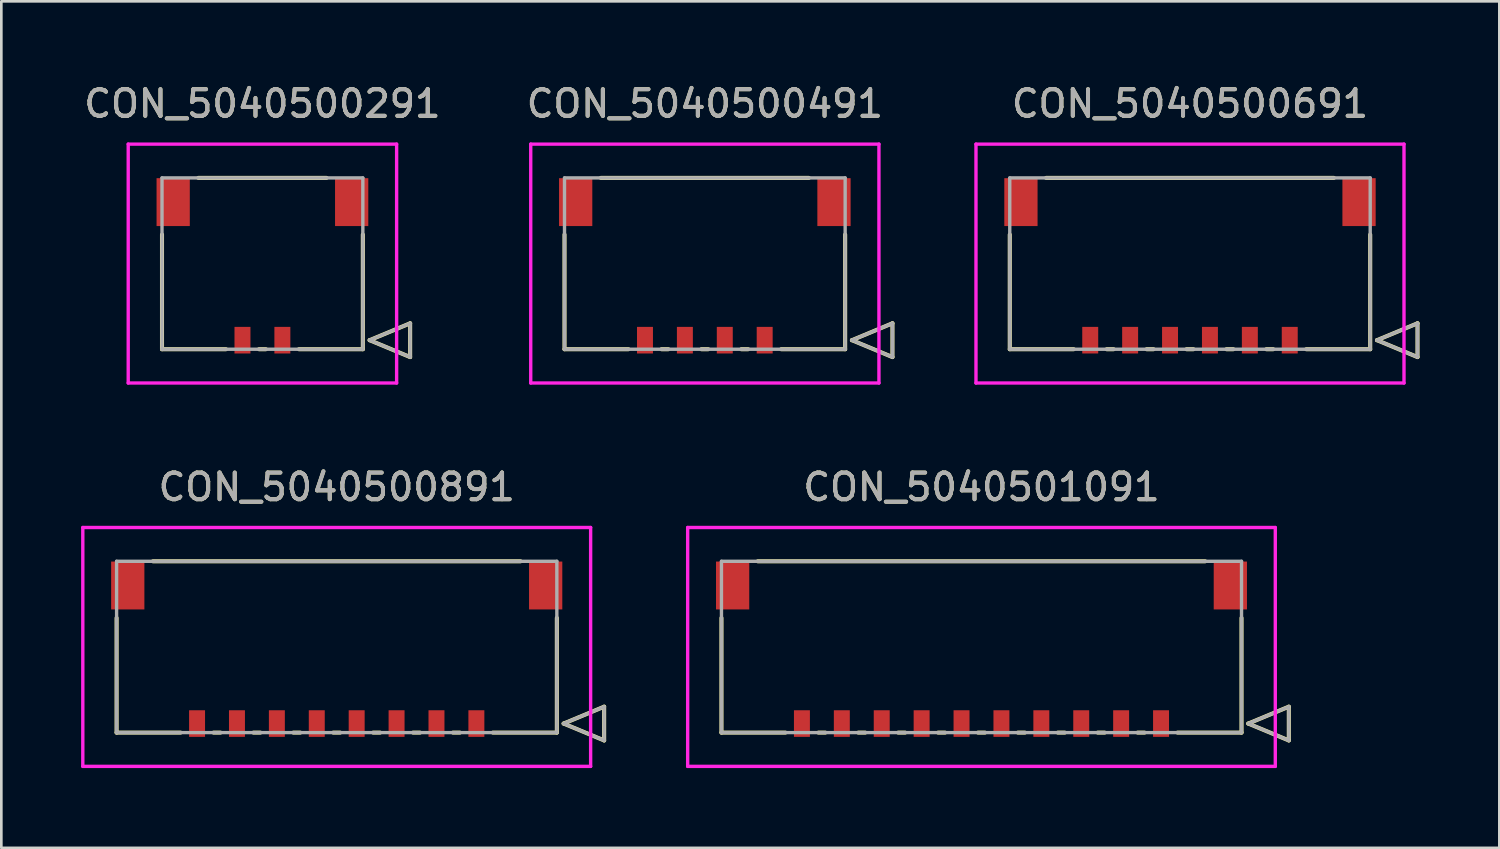
<source format=kicad_pcb>
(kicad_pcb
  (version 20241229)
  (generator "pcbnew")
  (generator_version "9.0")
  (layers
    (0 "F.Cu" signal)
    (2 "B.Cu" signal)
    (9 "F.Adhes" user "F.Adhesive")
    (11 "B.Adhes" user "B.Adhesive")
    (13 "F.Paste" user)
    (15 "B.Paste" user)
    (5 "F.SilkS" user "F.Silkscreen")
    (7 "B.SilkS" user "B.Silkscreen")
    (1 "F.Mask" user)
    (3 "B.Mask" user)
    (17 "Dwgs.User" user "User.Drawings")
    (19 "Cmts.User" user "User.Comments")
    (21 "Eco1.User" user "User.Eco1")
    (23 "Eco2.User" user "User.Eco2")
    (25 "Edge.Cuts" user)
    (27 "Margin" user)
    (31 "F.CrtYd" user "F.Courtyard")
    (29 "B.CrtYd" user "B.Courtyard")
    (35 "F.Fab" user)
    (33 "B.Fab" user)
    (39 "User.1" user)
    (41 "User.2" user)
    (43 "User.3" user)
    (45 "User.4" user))
  (footprint "CON_5040500491"
    (layer "F.Cu")
    (at 25.696 9.738)
    (property "Reference" "CON_5040500491" (at -2.25 -8.89 0) (unlocked yes) (layer "F.SilkS") (effects (font (size 1 1) (thickness 0.15))))
    (attr smd)
    (fp_line (start -7.525 -3.97) (end -7.525 0.34) (stroke (width 0.152) (type solid)) (layer "F.SilkS"))
    (fp_line (start -7.525 0.34) (end -5.12 0.34) (stroke (width 0.152) (type solid)) (layer "F.SilkS"))
    (fp_line (start -3.88 0.34) (end -3.62 0.34) (stroke (width 0.152) (type solid)) (layer "F.SilkS"))
    (fp_line (start -2.38 0.34) (end -2.12 0.34) (stroke (width 0.152) (type solid)) (layer "F.SilkS"))
    (fp_line (start -0.88 0.34) (end -0.62 0.34) (stroke (width 0.152) (type solid)) (layer "F.SilkS"))
    (fp_line (start 0.62 0.34) (end 3.025 0.34) (stroke (width 0.152) (type solid)) (layer "F.SilkS"))
    (fp_line (start 1.66 -6.1) (end -6.16 -6.1) (stroke (width 0.152) (type solid)) (layer "F.SilkS"))
    (fp_line (start 3.025 0.34) (end 3.025 -3.97) (stroke (width 0.152) (type solid)) (layer "F.SilkS"))
    (fp_line (start 3.279 0) (end 4.803 -0.635) (stroke (width 0.152) (type solid)) (layer "F.SilkS"))
    (fp_line (start 4.803 -0.635) (end 4.803 0.635) (stroke (width 0.152) (type solid)) (layer "F.SilkS"))
    (fp_line (start 4.803 0.635) (end 3.279 0) (stroke (width 0.152) (type solid)) (layer "F.SilkS"))
    (fp_line (start -8.795 -7.37) (end -8.795 1.61) (stroke (width 0.127) (type solid)) (layer "F.CrtYd"))
    (fp_line (start -8.795 1.61) (end 4.295 1.61) (stroke (width 0.127) (type solid)) (layer "F.CrtYd"))
    (fp_line (start 4.295 -7.37) (end -8.795 -7.37) (stroke (width 0.127) (type solid)) (layer "F.CrtYd"))
    (fp_line (start 4.295 1.61) (end 4.295 -7.37) (stroke (width 0.127) (type solid)) (layer "F.CrtYd"))
    (fp_line (start -7.525 -6.1) (end -7.525 0.34) (stroke (width 0.127) (type solid)) (layer "F.Fab"))
    (fp_line (start -7.525 0.34) (end 3.025 0.34) (stroke (width 0.127) (type solid)) (layer "F.Fab"))
    (fp_line (start 3.025 -6.1) (end -7.525 -6.1) (stroke (width 0.127) (type solid)) (layer "F.Fab"))
    (fp_line (start 3.025 0.34) (end 3.025 -6.1) (stroke (width 0.127) (type solid)) (layer "F.Fab"))
    (fp_line (start 3.279 0) (end 4.803 -0.635) (stroke (width 0.127) (type solid)) (layer "F.Fab"))
    (fp_line (start 4.803 -0.635) (end 4.803 0.635) (stroke (width 0.127) (type solid)) (layer "F.Fab"))
    (fp_line (start 4.803 0.635) (end 3.279 0) (stroke (width 0.127) (type solid)) (layer "F.Fab"))
    (fp_text user "${REFERENCE}" (at -2.25 -8.89 0) (unlocked yes) (layer "F.Fab") (effects (font (size 1 1) (thickness 0.15))))
    (pad "1" smd rect (at 0 0) (size 0.6 1) (layers "F.Cu" "F.Mask" "F.Paste"))
    (pad "2" smd rect (at -1.5 0) (size 0.6 1) (layers "F.Cu" "F.Mask" "F.Paste"))
    (pad "3" smd rect (at -3 0) (size 0.6 1) (layers "F.Cu" "F.Mask" "F.Paste"))
    (pad "4" smd rect (at -4.5 0) (size 0.6 1) (layers "F.Cu" "F.Mask" "F.Paste"))
    (pad "5" smd rect (at 2.605 -5.19) (size 1.25 1.8) (layers "F.Cu" "F.Mask" "F.Paste"))
    (pad "6" smd rect (at -7.105 -5.19) (size 1.25 1.8) (layers "F.Cu" "F.Mask" "F.Paste")))
  (footprint "CON_5040500891"
    (layer "F.Cu")
    (at 14.858 24.15)
    (property "Reference" "CON_5040500891" (at -5.25 -8.89 0) (unlocked yes) (layer "F.SilkS") (effects (font (size 1 1) (thickness 0.15))))
    (attr smd)
    (fp_line (start -13.525 -3.97) (end -13.525 0.34) (stroke (width 0.152) (type solid)) (layer "F.SilkS"))
    (fp_line (start -13.525 0.34) (end -11.12 0.34) (stroke (width 0.152) (type solid)) (layer "F.SilkS"))
    (fp_line (start -9.88 0.34) (end -9.62 0.34) (stroke (width 0.152) (type solid)) (layer "F.SilkS"))
    (fp_line (start -8.38 0.34) (end -8.12 0.34) (stroke (width 0.152) (type solid)) (layer "F.SilkS"))
    (fp_line (start -6.88 0.34) (end -6.62 0.34) (stroke (width 0.152) (type solid)) (layer "F.SilkS"))
    (fp_line (start -5.38 0.34) (end -5.12 0.34) (stroke (width 0.152) (type solid)) (layer "F.SilkS"))
    (fp_line (start -3.88 0.34) (end -3.62 0.34) (stroke (width 0.152) (type solid)) (layer "F.SilkS"))
    (fp_line (start -2.38 0.34) (end -2.12 0.34) (stroke (width 0.152) (type solid)) (layer "F.SilkS"))
    (fp_line (start -0.88 0.34) (end -0.62 0.34) (stroke (width 0.152) (type solid)) (layer "F.SilkS"))
    (fp_line (start 0.62 0.34) (end 3.025 0.34) (stroke (width 0.152) (type solid)) (layer "F.SilkS"))
    (fp_line (start 1.66 -6.1) (end -12.16 -6.1) (stroke (width 0.152) (type solid)) (layer "F.SilkS"))
    (fp_line (start 3.025 0.34) (end 3.025 -3.97) (stroke (width 0.152) (type solid)) (layer "F.SilkS"))
    (fp_line (start 3.279 0) (end 4.803 -0.635) (stroke (width 0.152) (type solid)) (layer "F.SilkS"))
    (fp_line (start 4.803 -0.635) (end 4.803 0.635) (stroke (width 0.152) (type solid)) (layer "F.SilkS"))
    (fp_line (start 4.803 0.635) (end 3.279 0) (stroke (width 0.152) (type solid)) (layer "F.SilkS"))
    (fp_line (start -14.795 -7.37) (end -14.795 1.61) (stroke (width 0.127) (type solid)) (layer "F.CrtYd"))
    (fp_line (start -14.795 1.61) (end 4.295 1.61) (stroke (width 0.127) (type solid)) (layer "F.CrtYd"))
    (fp_line (start 4.295 -7.37) (end -14.795 -7.37) (stroke (width 0.127) (type solid)) (layer "F.CrtYd"))
    (fp_line (start 4.295 1.61) (end 4.295 -7.37) (stroke (width 0.127) (type solid)) (layer "F.CrtYd"))
    (fp_line (start -13.525 -6.1) (end -13.525 0.34) (stroke (width 0.127) (type solid)) (layer "F.Fab"))
    (fp_line (start -13.525 0.34) (end 3.025 0.34) (stroke (width 0.127) (type solid)) (layer "F.Fab"))
    (fp_line (start 3.025 -6.1) (end -13.525 -6.1) (stroke (width 0.127) (type solid)) (layer "F.Fab"))
    (fp_line (start 3.025 0.34) (end 3.025 -6.1) (stroke (width 0.127) (type solid)) (layer "F.Fab"))
    (fp_line (start 3.279 0) (end 4.803 -0.635) (stroke (width 0.127) (type solid)) (layer "F.Fab"))
    (fp_line (start 4.803 -0.635) (end 4.803 0.635) (stroke (width 0.127) (type solid)) (layer "F.Fab"))
    (fp_line (start 4.803 0.635) (end 3.279 0) (stroke (width 0.127) (type solid)) (layer "F.Fab"))
    (fp_text user "${REFERENCE}" (at -5.25 -8.89 0) (unlocked yes) (layer "F.Fab") (effects (font (size 1 1) (thickness 0.15))))
    (pad "1" smd rect (at 0 0) (size 0.6 1) (layers "F.Cu" "F.Mask" "F.Paste"))
    (pad "2" smd rect (at -1.5 0) (size 0.6 1) (layers "F.Cu" "F.Mask" "F.Paste"))
    (pad "3" smd rect (at -3 0) (size 0.6 1) (layers "F.Cu" "F.Mask" "F.Paste"))
    (pad "4" smd rect (at -4.5 0) (size 0.6 1) (layers "F.Cu" "F.Mask" "F.Paste"))
    (pad "5" smd rect (at -6 0) (size 0.6 1) (layers "F.Cu" "F.Mask" "F.Paste"))
    (pad "6" smd rect (at -7.5 0) (size 0.6 1) (layers "F.Cu" "F.Mask" "F.Paste"))
    (pad "7" smd rect (at -9 0) (size 0.6 1) (layers "F.Cu" "F.Mask" "F.Paste"))
    (pad "8" smd rect (at -10.5 0) (size 0.6 1) (layers "F.Cu" "F.Mask" "F.Paste"))
    (pad "9" smd rect (at 2.605 -5.19) (size 1.25 1.8) (layers "F.Cu" "F.Mask" "F.Paste"))
    (pad "10" smd rect (at -13.105 -5.19) (size 1.25 1.8) (layers "F.Cu" "F.Mask" "F.Paste")))
  (footprint "CON_5040500291"
    (layer "F.Cu")
    (at 7.565 9.738)
    (property "Reference" "CON_5040500291" (at -0.75 -8.89 0) (unlocked yes) (layer "F.SilkS") (effects (font (size 1 1) (thickness 0.15))))
    (attr smd)
    (fp_line (start -4.525 -3.97) (end -4.525 0.34) (stroke (width 0.152) (type solid)) (layer "F.SilkS"))
    (fp_line (start -4.525 0.34) (end -2.12 0.34) (stroke (width 0.152) (type solid)) (layer "F.SilkS"))
    (fp_line (start -0.88 0.34) (end -0.62 0.34) (stroke (width 0.152) (type solid)) (layer "F.SilkS"))
    (fp_line (start 0.62 0.34) (end 3.025 0.34) (stroke (width 0.152) (type solid)) (layer "F.SilkS"))
    (fp_line (start 1.66 -6.1) (end -3.16 -6.1) (stroke (width 0.152) (type solid)) (layer "F.SilkS"))
    (fp_line (start 3.025 0.34) (end 3.025 -3.97) (stroke (width 0.152) (type solid)) (layer "F.SilkS"))
    (fp_line (start 3.279 0) (end 4.803 -0.635) (stroke (width 0.152) (type solid)) (layer "F.SilkS"))
    (fp_line (start 4.803 -0.635) (end 4.803 0.635) (stroke (width 0.152) (type solid)) (layer "F.SilkS"))
    (fp_line (start 4.803 0.635) (end 3.279 0) (stroke (width 0.152) (type solid)) (layer "F.SilkS"))
    (fp_line (start -5.795 -7.37) (end -5.795 1.61) (stroke (width 0.127) (type solid)) (layer "F.CrtYd"))
    (fp_line (start -5.795 1.61) (end 4.295 1.61) (stroke (width 0.127) (type solid)) (layer "F.CrtYd"))
    (fp_line (start 4.295 -7.37) (end -5.795 -7.37) (stroke (width 0.127) (type solid)) (layer "F.CrtYd"))
    (fp_line (start 4.295 1.61) (end 4.295 -7.37) (stroke (width 0.127) (type solid)) (layer "F.CrtYd"))
    (fp_line (start -4.525 -6.1) (end -4.525 0.34) (stroke (width 0.127) (type solid)) (layer "F.Fab"))
    (fp_line (start -4.525 0.34) (end 3.025 0.34) (stroke (width 0.127) (type solid)) (layer "F.Fab"))
    (fp_line (start 3.025 -6.1) (end -4.525 -6.1) (stroke (width 0.127) (type solid)) (layer "F.Fab"))
    (fp_line (start 3.025 0.34) (end 3.025 -6.1) (stroke (width 0.127) (type solid)) (layer "F.Fab"))
    (fp_line (start 3.279 0) (end 4.803 -0.635) (stroke (width 0.127) (type solid)) (layer "F.Fab"))
    (fp_line (start 4.803 -0.635) (end 4.803 0.635) (stroke (width 0.127) (type solid)) (layer "F.Fab"))
    (fp_line (start 4.803 0.635) (end 3.279 0) (stroke (width 0.127) (type solid)) (layer "F.Fab"))
    (fp_text user "${REFERENCE}" (at -0.75 -8.89 0) (unlocked yes) (layer "F.Fab") (effects (font (size 1 1) (thickness 0.15))))
    (pad "1" smd rect (at 0 0) (size 0.6 1) (layers "F.Cu" "F.Mask" "F.Paste"))
    (pad "2" smd rect (at -1.5 0) (size 0.6 1) (layers "F.Cu" "F.Mask" "F.Paste"))
    (pad "3" smd rect (at 2.605 -5.19) (size 1.25 1.8) (layers "F.Cu" "F.Mask" "F.Paste"))
    (pad "4" smd rect (at -4.105 -5.19) (size 1.25 1.8) (layers "F.Cu" "F.Mask" "F.Paste")))
  (footprint "CON_5040501091"
    (layer "F.Cu")
    (at 40.596 24.15)
    (property "Reference" "CON_5040501091" (at -6.75 -8.89 0) (unlocked yes) (layer "F.SilkS") (effects (font (size 1 1) (thickness 0.15))))
    (attr smd)
    (fp_line (start -16.525 -3.97) (end -16.525 0.34) (stroke (width 0.152) (type solid)) (layer "F.SilkS"))
    (fp_line (start -16.525 0.34) (end -14.12 0.34) (stroke (width 0.152) (type solid)) (layer "F.SilkS"))
    (fp_line (start -12.88 0.34) (end -12.62 0.34) (stroke (width 0.152) (type solid)) (layer "F.SilkS"))
    (fp_line (start -11.38 0.34) (end -11.12 0.34) (stroke (width 0.152) (type solid)) (layer "F.SilkS"))
    (fp_line (start -9.88 0.34) (end -9.62 0.34) (stroke (width 0.152) (type solid)) (layer "F.SilkS"))
    (fp_line (start -8.38 0.34) (end -8.12 0.34) (stroke (width 0.152) (type solid)) (layer "F.SilkS"))
    (fp_line (start -6.88 0.34) (end -6.62 0.34) (stroke (width 0.152) (type solid)) (layer "F.SilkS"))
    (fp_line (start -5.38 0.34) (end -5.12 0.34) (stroke (width 0.152) (type solid)) (layer "F.SilkS"))
    (fp_line (start -3.88 0.34) (end -3.62 0.34) (stroke (width 0.152) (type solid)) (layer "F.SilkS"))
    (fp_line (start -2.38 0.34) (end -2.12 0.34) (stroke (width 0.152) (type solid)) (layer "F.SilkS"))
    (fp_line (start -0.88 0.34) (end -0.62 0.34) (stroke (width 0.152) (type solid)) (layer "F.SilkS"))
    (fp_line (start 0.62 0.34) (end 3.025 0.34) (stroke (width 0.152) (type solid)) (layer "F.SilkS"))
    (fp_line (start 1.66 -6.1) (end -15.16 -6.1) (stroke (width 0.152) (type solid)) (layer "F.SilkS"))
    (fp_line (start 3.025 0.34) (end 3.025 -3.97) (stroke (width 0.152) (type solid)) (layer "F.SilkS"))
    (fp_line (start 3.279 0) (end 4.803 -0.635) (stroke (width 0.152) (type solid)) (layer "F.SilkS"))
    (fp_line (start 4.803 -0.635) (end 4.803 0.635) (stroke (width 0.152) (type solid)) (layer "F.SilkS"))
    (fp_line (start 4.803 0.635) (end 3.279 0) (stroke (width 0.152) (type solid)) (layer "F.SilkS"))
    (fp_line (start -17.795 -7.37) (end -17.795 1.61) (stroke (width 0.127) (type solid)) (layer "F.CrtYd"))
    (fp_line (start -17.795 1.61) (end 4.295 1.61) (stroke (width 0.127) (type solid)) (layer "F.CrtYd"))
    (fp_line (start 4.295 -7.37) (end -17.795 -7.37) (stroke (width 0.127) (type solid)) (layer "F.CrtYd"))
    (fp_line (start 4.295 1.61) (end 4.295 -7.37) (stroke (width 0.127) (type solid)) (layer "F.CrtYd"))
    (fp_line (start -16.525 -6.1) (end -16.525 0.34) (stroke (width 0.127) (type solid)) (layer "F.Fab"))
    (fp_line (start -16.525 0.34) (end 3.025 0.34) (stroke (width 0.127) (type solid)) (layer "F.Fab"))
    (fp_line (start 3.025 -6.1) (end -16.525 -6.1) (stroke (width 0.127) (type solid)) (layer "F.Fab"))
    (fp_line (start 3.025 0.34) (end 3.025 -6.1) (stroke (width 0.127) (type solid)) (layer "F.Fab"))
    (fp_line (start 3.279 0) (end 4.803 -0.635) (stroke (width 0.127) (type solid)) (layer "F.Fab"))
    (fp_line (start 4.803 -0.635) (end 4.803 0.635) (stroke (width 0.127) (type solid)) (layer "F.Fab"))
    (fp_line (start 4.803 0.635) (end 3.279 0) (stroke (width 0.127) (type solid)) (layer "F.Fab"))
    (fp_text user "${REFERENCE}" (at -6.75 -8.89 0) (unlocked yes) (layer "F.Fab") (effects (font (size 1 1) (thickness 0.15))))
    (pad "1" smd rect (at 0 0) (size 0.6 1) (layers "F.Cu" "F.Mask" "F.Paste"))
    (pad "2" smd rect (at -1.5 0) (size 0.6 1) (layers "F.Cu" "F.Mask" "F.Paste"))
    (pad "3" smd rect (at -3 0) (size 0.6 1) (layers "F.Cu" "F.Mask" "F.Paste"))
    (pad "4" smd rect (at -4.5 0) (size 0.6 1) (layers "F.Cu" "F.Mask" "F.Paste"))
    (pad "5" smd rect (at -6 0) (size 0.6 1) (layers "F.Cu" "F.Mask" "F.Paste"))
    (pad "6" smd rect (at -7.5 0) (size 0.6 1) (layers "F.Cu" "F.Mask" "F.Paste"))
    (pad "7" smd rect (at -9 0) (size 0.6 1) (layers "F.Cu" "F.Mask" "F.Paste"))
    (pad "8" smd rect (at -10.5 0) (size 0.6 1) (layers "F.Cu" "F.Mask" "F.Paste"))
    (pad "9" smd rect (at -12 0) (size 0.6 1) (layers "F.Cu" "F.Mask" "F.Paste"))
    (pad "10" smd rect (at -13.5 0) (size 0.6 1) (layers "F.Cu" "F.Mask" "F.Paste"))
    (pad "11" smd rect (at 2.605 -5.19) (size 1.25 1.8) (layers "F.Cu" "F.Mask" "F.Paste"))
    (pad "12" smd rect (at -16.105 -5.19) (size 1.25 1.8) (layers "F.Cu" "F.Mask" "F.Paste")))
  (footprint "CON_5040500691"
    (layer "F.Cu")
    (at 45.434 9.738)
    (property "Reference" "CON_5040500691" (at -3.75 -8.89 0) (unlocked yes) (layer "F.SilkS") (effects (font (size 1 1) (thickness 0.15))))
    (attr smd)
    (fp_line (start -10.525 -3.97) (end -10.525 0.34) (stroke (width 0.152) (type solid)) (layer "F.SilkS"))
    (fp_line (start -10.525 0.34) (end -8.12 0.34) (stroke (width 0.152) (type solid)) (layer "F.SilkS"))
    (fp_line (start -6.88 0.34) (end -6.62 0.34) (stroke (width 0.152) (type solid)) (layer "F.SilkS"))
    (fp_line (start -5.38 0.34) (end -5.12 0.34) (stroke (width 0.152) (type solid)) (layer "F.SilkS"))
    (fp_line (start -3.88 0.34) (end -3.62 0.34) (stroke (width 0.152) (type solid)) (layer "F.SilkS"))
    (fp_line (start -2.38 0.34) (end -2.12 0.34) (stroke (width 0.152) (type solid)) (layer "F.SilkS"))
    (fp_line (start -0.88 0.34) (end -0.62 0.34) (stroke (width 0.152) (type solid)) (layer "F.SilkS"))
    (fp_line (start 0.62 0.34) (end 3.025 0.34) (stroke (width 0.152) (type solid)) (layer "F.SilkS"))
    (fp_line (start 1.66 -6.1) (end -9.16 -6.1) (stroke (width 0.152) (type solid)) (layer "F.SilkS"))
    (fp_line (start 3.025 0.34) (end 3.025 -3.97) (stroke (width 0.152) (type solid)) (layer "F.SilkS"))
    (fp_line (start 3.279 0) (end 4.803 -0.635) (stroke (width 0.152) (type solid)) (layer "F.SilkS"))
    (fp_line (start 4.803 -0.635) (end 4.803 0.635) (stroke (width 0.152) (type solid)) (layer "F.SilkS"))
    (fp_line (start 4.803 0.635) (end 3.279 0) (stroke (width 0.152) (type solid)) (layer "F.SilkS"))
    (fp_line (start -11.795 -7.37) (end -11.795 1.61) (stroke (width 0.127) (type solid)) (layer "F.CrtYd"))
    (fp_line (start -11.795 1.61) (end 4.295 1.61) (stroke (width 0.127) (type solid)) (layer "F.CrtYd"))
    (fp_line (start 4.295 -7.37) (end -11.795 -7.37) (stroke (width 0.127) (type solid)) (layer "F.CrtYd"))
    (fp_line (start 4.295 1.61) (end 4.295 -7.37) (stroke (width 0.127) (type solid)) (layer "F.CrtYd"))
    (fp_line (start -10.525 -6.1) (end -10.525 0.34) (stroke (width 0.127) (type solid)) (layer "F.Fab"))
    (fp_line (start -10.525 0.34) (end 3.025 0.34) (stroke (width 0.127) (type solid)) (layer "F.Fab"))
    (fp_line (start 3.025 -6.1) (end -10.525 -6.1) (stroke (width 0.127) (type solid)) (layer "F.Fab"))
    (fp_line (start 3.025 0.34) (end 3.025 -6.1) (stroke (width 0.127) (type solid)) (layer "F.Fab"))
    (fp_line (start 3.279 0) (end 4.803 -0.635) (stroke (width 0.127) (type solid)) (layer "F.Fab"))
    (fp_line (start 4.803 -0.635) (end 4.803 0.635) (stroke (width 0.127) (type solid)) (layer "F.Fab"))
    (fp_line (start 4.803 0.635) (end 3.279 0) (stroke (width 0.127) (type solid)) (layer "F.Fab"))
    (fp_text user "${REFERENCE}" (at -3.75 -8.89 0) (unlocked yes) (layer "F.Fab") (effects (font (size 1 1) (thickness 0.15))))
    (pad "1" smd rect (at 0 0) (size 0.6 1) (layers "F.Cu" "F.Mask" "F.Paste"))
    (pad "2" smd rect (at -1.5 0) (size 0.6 1) (layers "F.Cu" "F.Mask" "F.Paste"))
    (pad "3" smd rect (at -3 0) (size 0.6 1) (layers "F.Cu" "F.Mask" "F.Paste"))
    (pad "4" smd rect (at -4.5 0) (size 0.6 1) (layers "F.Cu" "F.Mask" "F.Paste"))
    (pad "5" smd rect (at -6 0) (size 0.6 1) (layers "F.Cu" "F.Mask" "F.Paste"))
    (pad "6" smd rect (at -7.5 0) (size 0.6 1) (layers "F.Cu" "F.Mask" "F.Paste"))
    (pad "7" smd rect (at 2.605 -5.19) (size 1.25 1.8) (layers "F.Cu" "F.Mask" "F.Paste"))
    (pad "8" smd rect (at -10.105 -5.19) (size 1.25 1.8) (layers "F.Cu" "F.Mask" "F.Paste")))
  (gr_rect
    (start -3 -3)
    (end 53.313 28.823)
    (stroke (width 0.1) (type default))
    (fill no)
    (layer "Edge.Cuts")))
</source>
